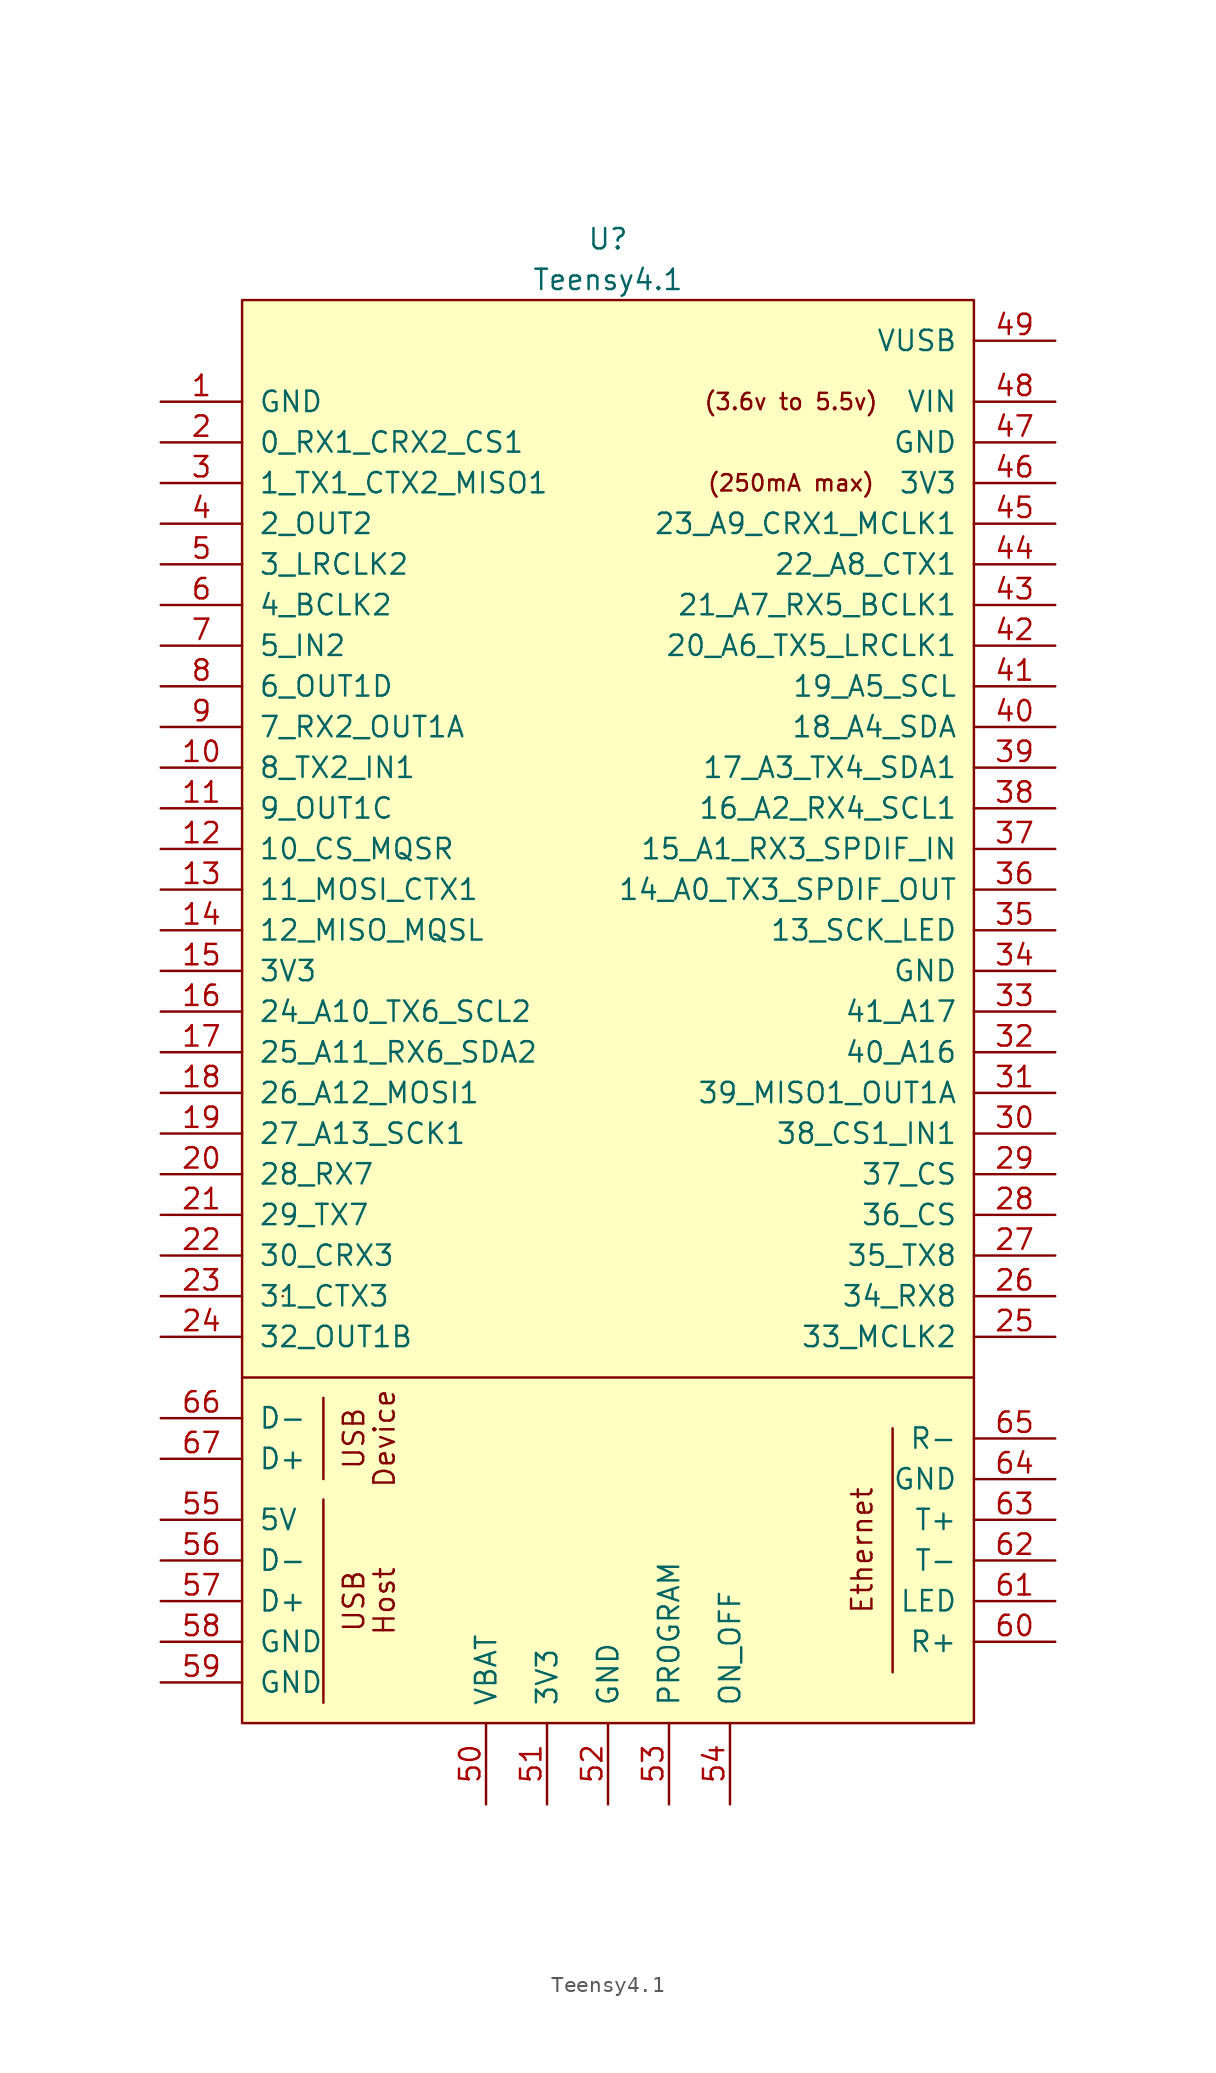
<source format=kicad_sym>
(kicad_symbol_lib
  (version 20211014)
  (generator kicad_symbol_editor)
  (symbol "Teensy4.1"
    (pin_names
      (offset 1.016))
    (property "Reference" "U"
      (at 0 64.77 0)
      (effects (font (size 1.27 1.27))))
    (property "Value" "Teensy4.1"
      (at 0 62.23 0)
      (effects (font (size 1.27 1.27))))
    (symbol "Teensy4.1_0_0"
      (polyline (pts (xy -22.86 -6.35) (xy 22.86 -6.35)) (stroke (width 0) (type default) (color 0 0 0 0)) (fill (type none)))
      (polyline (pts (xy -17.78 -26.67) (xy -17.78 -13.97)) (stroke (width 0) (type default) (color 0 0 0 0)) (fill (type none)))
      (polyline (pts (xy -17.78 -7.62) (xy -17.78 -12.7)) (stroke (width 0) (type default) (color 0 0 0 0)) (fill (type none)))
      (polyline (pts (xy 17.78 -9.525) (xy 17.78 -24.765)) (stroke (width 0) (type default) (color 0 0 0 0)) (fill (type none)))
      (text "(250mA max)" (at 11.43 49.53 0) (effects (font (size 1.016 1.016))))
      (text "(3.6v to 5.5v)" (at 11.43 54.61 0) (effects (font (size 1.016 1.016))))
      (text "Device" (at -13.97 -10.16 900) (effects (font (size 1.27 1.27))))
      (text "Ethernet" (at 15.875 -17.145 900) (effects (font (size 1.27 1.27))))
      (text "Host" (at -13.97 -20.32 900) (effects (font (size 1.27 1.27))))
      (text "USB" (at -15.875 -20.32 900) (effects (font (size 1.27 1.27))))
      (text "USB" (at -15.875 -10.16 900) (effects (font (size 1.27 1.27))))
      (pin bidirectional line (at -27.94 31.75 0) (length 5.08) (name "8_TX2_IN1" (effects (font (size 1.27 1.27)))) (number "10" (effects (font (size 1.27 1.27)))))
      (pin bidirectional line (at -27.94 29.21 0) (length 5.08) (name "9_OUT1C" (effects (font (size 1.27 1.27)))) (number "11" (effects (font (size 1.27 1.27)))))
      (pin bidirectional line (at -27.94 26.67 0) (length 5.08) (name "10_CS_MQSR" (effects (font (size 1.27 1.27)))) (number "12" (effects (font (size 1.27 1.27)))))
      (pin bidirectional line (at -27.94 24.13 0) (length 5.08) (name "11_MOSI_CTX1" (effects (font (size 1.27 1.27)))) (number "13" (effects (font (size 1.27 1.27)))))
      (pin bidirectional line (at -27.94 21.59 0) (length 5.08) (name "12_MISO_MQSL" (effects (font (size 1.27 1.27)))) (number "14" (effects (font (size 1.27 1.27)))))
      (pin power_in line (at -27.94 19.05 0) (length 5.08) (name "3V3" (effects (font (size 1.27 1.27)))) (number "15" (effects (font (size 1.27 1.27)))))
      (pin bidirectional line (at -27.94 16.51 0) (length 5.08) (name "24_A10_TX6_SCL2" (effects (font (size 1.27 1.27)))) (number "16" (effects (font (size 1.27 1.27)))))
      (pin bidirectional line (at -27.94 13.97 0) (length 5.08) (name "25_A11_RX6_SDA2" (effects (font (size 1.27 1.27)))) (number "17" (effects (font (size 1.27 1.27)))))
      (pin bidirectional line (at -27.94 11.43 0) (length 5.08) (name "26_A12_MOSI1" (effects (font (size 1.27 1.27)))) (number "18" (effects (font (size 1.27 1.27)))))
      (pin bidirectional line (at -27.94 8.89 0) (length 5.08) (name "27_A13_SCK1" (effects (font (size 1.27 1.27)))) (number "19" (effects (font (size 1.27 1.27)))))
      (pin bidirectional line (at -27.94 6.35 0) (length 5.08) (name "28_RX7" (effects (font (size 1.27 1.27)))) (number "20" (effects (font (size 1.27 1.27)))))
      (pin bidirectional line (at -27.94 3.81 0) (length 5.08) (name "29_TX7" (effects (font (size 1.27 1.27)))) (number "21" (effects (font (size 1.27 1.27)))))
      (pin bidirectional line (at -27.94 1.27 0) (length 5.08) (name "30_CRX3" (effects (font (size 1.27 1.27)))) (number "22" (effects (font (size 1.27 1.27)))))
      (pin bidirectional line (at -27.94 -1.27 0) (length 5.08) (name "31_CTX3" (effects (font (size 1.27 1.27)))) (number "23" (effects (font (size 1.27 1.27)))))
      (pin bidirectional line (at -27.94 -3.81 0) (length 5.08) (name "32_OUT1B" (effects (font (size 1.27 1.27)))) (number "24" (effects (font (size 1.27 1.27)))))
      (pin bidirectional line (at 27.94 -3.81 180) (length 5.08) (name "33_MCLK2" (effects (font (size 1.27 1.27)))) (number "25" (effects (font (size 1.27 1.27)))))
      (pin bidirectional line (at 27.94 -1.27 180) (length 5.08) (name "34_RX8" (effects (font (size 1.27 1.27)))) (number "26" (effects (font (size 1.27 1.27)))))
      (pin bidirectional line (at 27.94 1.27 180) (length 5.08) (name "35_TX8" (effects (font (size 1.27 1.27)))) (number "27" (effects (font (size 1.27 1.27)))))
      (pin bidirectional line (at 27.94 3.81 180) (length 5.08) (name "36_CS" (effects (font (size 1.27 1.27)))) (number "28" (effects (font (size 1.27 1.27)))))
      (pin bidirectional line (at 27.94 6.35 180) (length 5.08) (name "37_CS" (effects (font (size 1.27 1.27)))) (number "29" (effects (font (size 1.27 1.27)))))
      (pin bidirectional line (at 27.94 8.89 180) (length 5.08) (name "38_CS1_IN1" (effects (font (size 1.27 1.27)))) (number "30" (effects (font (size 1.27 1.27)))))
      (pin bidirectional line (at 27.94 11.43 180) (length 5.08) (name "39_MISO1_OUT1A" (effects (font (size 1.27 1.27)))) (number "31" (effects (font (size 1.27 1.27)))))
      (pin bidirectional line (at 27.94 13.97 180) (length 5.08) (name "40_A16" (effects (font (size 1.27 1.27)))) (number "32" (effects (font (size 1.27 1.27)))))
      (pin bidirectional line (at 27.94 16.51 180) (length 5.08) (name "41_A17" (effects (font (size 1.27 1.27)))) (number "33" (effects (font (size 1.27 1.27)))))
      (pin bidirectional line (at 27.94 21.59 180) (length 5.08) (name "13_SCK_LED" (effects (font (size 1.27 1.27)))) (number "35" (effects (font (size 1.27 1.27)))))
      (pin bidirectional line (at 27.94 24.13 180) (length 5.08) (name "14_A0_TX3_SPDIF_OUT" (effects (font (size 1.27 1.27)))) (number "36" (effects (font (size 1.27 1.27)))))
      (pin bidirectional line (at 27.94 26.67 180) (length 5.08) (name "15_A1_RX3_SPDIF_IN" (effects (font (size 1.27 1.27)))) (number "37" (effects (font (size 1.27 1.27)))))
      (pin bidirectional line (at 27.94 29.21 180) (length 5.08) (name "16_A2_RX4_SCL1" (effects (font (size 1.27 1.27)))) (number "38" (effects (font (size 1.27 1.27)))))
      (pin bidirectional line (at 27.94 31.75 180) (length 5.08) (name "17_A3_TX4_SDA1" (effects (font (size 1.27 1.27)))) (number "39" (effects (font (size 1.27 1.27)))))
      (pin bidirectional line (at 27.94 34.29 180) (length 5.08) (name "18_A4_SDA" (effects (font (size 1.27 1.27)))) (number "40" (effects (font (size 1.27 1.27)))))
      (pin bidirectional line (at 27.94 36.83 180) (length 5.08) (name "19_A5_SCL" (effects (font (size 1.27 1.27)))) (number "41" (effects (font (size 1.27 1.27)))))
      (pin bidirectional line (at 27.94 39.37 180) (length 5.08) (name "20_A6_TX5_LRCLK1" (effects (font (size 1.27 1.27)))) (number "42" (effects (font (size 1.27 1.27)))))
      (pin bidirectional line (at 27.94 41.91 180) (length 5.08) (name "21_A7_RX5_BCLK1" (effects (font (size 1.27 1.27)))) (number "43" (effects (font (size 1.27 1.27)))))
      (pin bidirectional line (at 27.94 44.45 180) (length 5.08) (name "22_A8_CTX1" (effects (font (size 1.27 1.27)))) (number "44" (effects (font (size 1.27 1.27)))))
      (pin bidirectional line (at 27.94 46.99 180) (length 5.08) (name "23_A9_CRX1_MCLK1" (effects (font (size 1.27 1.27)))) (number "45" (effects (font (size 1.27 1.27)))))
      (pin output line (at 27.94 49.53 180) (length 5.08) (name "3V3" (effects (font (size 1.27 1.27)))) (number "46" (effects (font (size 1.27 1.27)))))
      (pin output line (at 27.94 52.07 180) (length 5.08) (name "GND" (effects (font (size 1.27 1.27)))) (number "47" (effects (font (size 1.27 1.27)))))
      (pin power_in line (at 27.94 54.61 180) (length 5.08) (name "VIN" (effects (font (size 1.27 1.27)))) (number "48" (effects (font (size 1.27 1.27)))))
      (pin power_out line (at 27.94 58.42 180) (length 5.08) (name "VUSB" (effects (font (size 1.27 1.27)))) (number "49" (effects (font (size 1.27 1.27)))))
      (pin bidirectional line (at -27.94 44.45 0) (length 5.08) (name "3_LRCLK2" (effects (font (size 1.27 1.27)))) (number "5" (effects (font (size 1.27 1.27)))))
      (pin power_in line (at -7.62 -33.02 90) (length 5.08) (name "VBAT" (effects (font (size 1.27 1.27)))) (number "50" (effects (font (size 1.27 1.27)))))
      (pin power_in line (at -3.81 -33.02 90) (length 5.08) (name "3V3" (effects (font (size 1.27 1.27)))) (number "51" (effects (font (size 1.27 1.27)))))
      (pin input line (at 0 -33.02 90) (length 5.08) (name "GND" (effects (font (size 1.27 1.27)))) (number "52" (effects (font (size 1.27 1.27)))))
      (pin input line (at 3.81 -33.02 90) (length 5.08) (name "PROGRAM" (effects (font (size 1.27 1.27)))) (number "53" (effects (font (size 1.27 1.27)))))
      (pin input line (at 7.62 -33.02 90) (length 5.08) (name "ON_OFF" (effects (font (size 1.27 1.27)))) (number "54" (effects (font (size 1.27 1.27)))))
      (pin power_out line (at -27.94 -15.24 0) (length 5.08) (name "5V" (effects (font (size 1.27 1.27)))) (number "55" (effects (font (size 1.27 1.27)))))
      (pin bidirectional line (at -27.94 -17.78 0) (length 5.08) (name "D-" (effects (font (size 1.27 1.27)))) (number "56" (effects (font (size 1.27 1.27)))))
      (pin bidirectional line (at -27.94 -20.32 0) (length 5.08) (name "D+" (effects (font (size 1.27 1.27)))) (number "57" (effects (font (size 1.27 1.27)))))
      (pin power_in line (at -27.94 -22.86 0) (length 5.08) (name "GND" (effects (font (size 1.27 1.27)))) (number "58" (effects (font (size 1.27 1.27)))))
      (pin power_in line (at -27.94 -25.4 0) (length 5.08) (name "GND" (effects (font (size 1.27 1.27)))) (number "59" (effects (font (size 1.27 1.27)))))
      (pin bidirectional line (at -27.94 41.91 0) (length 5.08) (name "4_BCLK2" (effects (font (size 1.27 1.27)))) (number "6" (effects (font (size 1.27 1.27)))))
      (pin bidirectional line (at 27.94 -22.86 180) (length 5.08) (name "R+" (effects (font (size 1.27 1.27)))) (number "60" (effects (font (size 1.27 1.27)))))
      (pin bidirectional line (at 27.94 -20.32 180) (length 5.08) (name "LED" (effects (font (size 1.27 1.27)))) (number "61" (effects (font (size 1.27 1.27)))))
      (pin bidirectional line (at 27.94 -17.78 180) (length 5.08) (name "T-" (effects (font (size 1.27 1.27)))) (number "62" (effects (font (size 1.27 1.27)))))
      (pin bidirectional line (at 27.94 -15.24 180) (length 5.08) (name "T+" (effects (font (size 1.27 1.27)))) (number "63" (effects (font (size 1.27 1.27)))))
      (pin power_in line (at 27.94 -12.7 180) (length 5.08) (name "GND" (effects (font (size 1.27 1.27)))) (number "64" (effects (font (size 1.27 1.27)))))
      (pin bidirectional line (at 27.94 -10.16 180) (length 5.08) (name "R-" (effects (font (size 1.27 1.27)))) (number "65" (effects (font (size 1.27 1.27)))))
      (pin bidirectional line (at -27.94 -8.89 0) (length 5.08) (name "D-" (effects (font (size 1.27 1.27)))) (number "66" (effects (font (size 1.27 1.27)))))
      (pin bidirectional line (at -27.94 -11.43 0) (length 5.08) (name "D+" (effects (font (size 1.27 1.27)))) (number "67" (effects (font (size 1.27 1.27)))))
      (pin bidirectional line (at -27.94 39.37 0) (length 5.08) (name "5_IN2" (effects (font (size 1.27 1.27)))) (number "7" (effects (font (size 1.27 1.27)))))
      (pin bidirectional line (at -27.94 36.83 0) (length 5.08) (name "6_OUT1D" (effects (font (size 1.27 1.27)))) (number "8" (effects (font (size 1.27 1.27)))))
      (pin bidirectional line (at -27.94 34.29 0) (length 5.08) (name "7_RX2_OUT1A" (effects (font (size 1.27 1.27)))) (number "9" (effects (font (size 1.27 1.27))))))
    (symbol "Teensy4.1_0_1"
      (rectangle (start -22.86 60.96) (end 22.86 -27.94) (stroke (width 0) (type default) (color 0 0 0 0)) (fill (type background)))
      (rectangle (start -20.32 -1.27) (end -20.32 -1.27) (stroke (width 0) (type default) (color 0 0 0 0)) (fill (type none))))
    (symbol "Teensy4.1_1_1"
      (pin power_in line (at -27.94 54.61 0) (length 5.08) (name "GND" (effects (font (size 1.27 1.27)))) (number "1" (effects (font (size 1.27 1.27)))))
      (pin bidirectional line (at -27.94 52.07 0) (length 5.08) (name "0_RX1_CRX2_CS1" (effects (font (size 1.27 1.27)))) (number "2" (effects (font (size 1.27 1.27)))))
      (pin bidirectional line (at -27.94 49.53 0) (length 5.08) (name "1_TX1_CTX2_MISO1" (effects (font (size 1.27 1.27)))) (number "3" (effects (font (size 1.27 1.27)))))
      (pin power_in line (at 27.94 19.05 180) (length 5.08) (name "GND" (effects (font (size 1.27 1.27)))) (number "34" (effects (font (size 1.27 1.27)))))
      (pin bidirectional line (at -27.94 46.99 0) (length 5.08) (name "2_OUT2" (effects (font (size 1.27 1.27)))) (number "4" (effects (font (size 1.27 1.27))))))))
</source>
